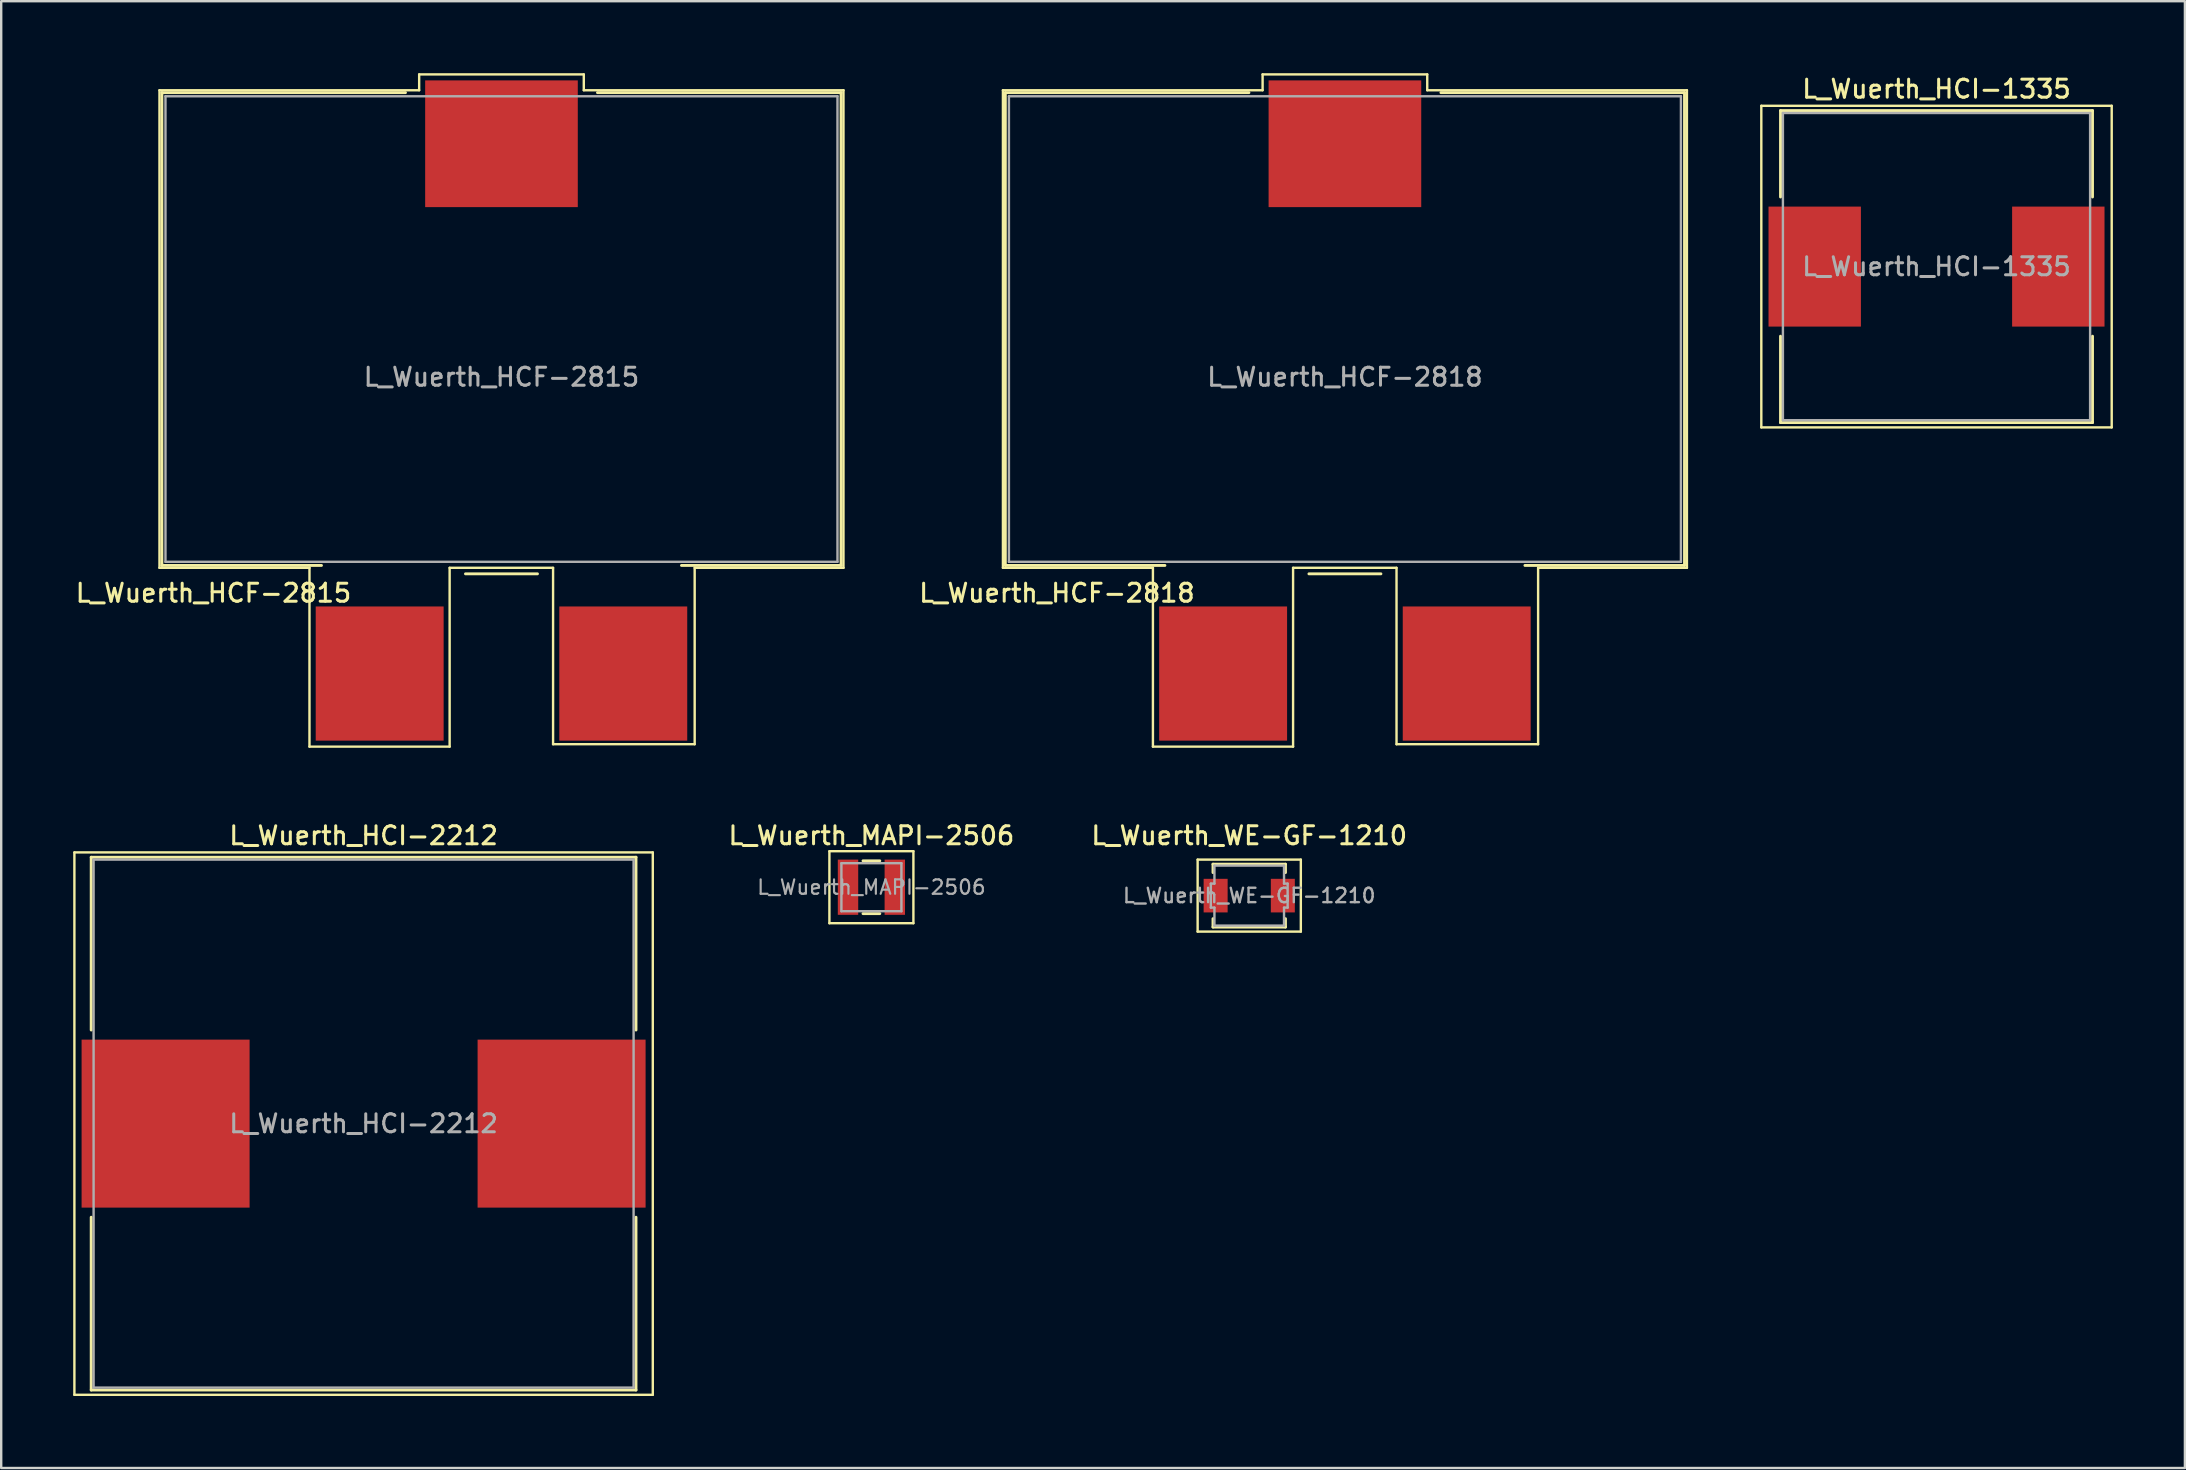
<source format=kicad_pcb>
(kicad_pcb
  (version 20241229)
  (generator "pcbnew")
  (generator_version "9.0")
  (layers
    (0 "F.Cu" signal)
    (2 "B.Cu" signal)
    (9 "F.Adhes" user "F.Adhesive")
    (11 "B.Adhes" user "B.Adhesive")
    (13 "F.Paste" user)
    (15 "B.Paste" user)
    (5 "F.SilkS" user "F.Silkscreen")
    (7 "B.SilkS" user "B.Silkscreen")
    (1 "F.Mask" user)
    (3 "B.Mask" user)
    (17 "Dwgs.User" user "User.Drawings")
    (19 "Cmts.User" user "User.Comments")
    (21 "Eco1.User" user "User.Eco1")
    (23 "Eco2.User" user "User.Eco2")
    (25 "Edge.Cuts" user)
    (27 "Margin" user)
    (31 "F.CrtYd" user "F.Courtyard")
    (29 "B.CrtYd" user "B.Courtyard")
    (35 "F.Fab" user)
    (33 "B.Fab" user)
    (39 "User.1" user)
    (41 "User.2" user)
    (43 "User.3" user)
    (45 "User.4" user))
  (footprint "L_Wuerth_HCI-2212"
    (layer "F.Cu")
    (at 12.1 43.768)
    (property "Reference" "L_Wuerth_HCI-2212" (at 0 -12 0) (layer "F.SilkS") (effects (font (size 0.75 0.75) (thickness 0.125))))
    (attr smd)
    (fp_line (start -12.05 -11.3) (end -12.05 11.3) (stroke (width 0.1) (type solid)) (layer "F.SilkS"))
    (fp_line (start -12.05 11.3) (end 12.05 11.3) (stroke (width 0.1) (type solid)) (layer "F.SilkS"))
    (fp_line (start -11.35 -11.1) (end 11.35 -11.1) (stroke (width 0.12) (type solid)) (layer "F.SilkS"))
    (fp_line (start -11.35 -3.9) (end -11.35 -11.1) (stroke (width 0.12) (type solid)) (layer "F.SilkS"))
    (fp_line (start -11.35 3.9) (end -11.35 11.1) (stroke (width 0.12) (type solid)) (layer "F.SilkS"))
    (fp_line (start -11.35 11.1) (end 11.35 11.1) (stroke (width 0.12) (type solid)) (layer "F.SilkS"))
    (fp_line (start 11.35 -11.1) (end 11.35 -3.9) (stroke (width 0.12) (type solid)) (layer "F.SilkS"))
    (fp_line (start 11.35 11.1) (end 11.35 3.9) (stroke (width 0.12) (type solid)) (layer "F.SilkS"))
    (fp_line (start 12.05 -11.3) (end -12.05 -11.3) (stroke (width 0.1) (type solid)) (layer "F.SilkS"))
    (fp_line (start 12.05 11.3) (end 12.05 -11.3) (stroke (width 0.1) (type solid)) (layer "F.SilkS"))
    (fp_line (start -11.25 -11) (end -11.25 11) (stroke (width 0.1) (type solid)) (layer "F.Fab"))
    (fp_line (start -11.25 11) (end 11.25 11) (stroke (width 0.1) (type solid)) (layer "F.Fab"))
    (fp_line (start 11.25 -11) (end -11.25 -11) (stroke (width 0.1) (type solid)) (layer "F.Fab"))
    (fp_line (start 11.25 11) (end 11.25 -11) (stroke (width 0.1) (type solid)) (layer "F.Fab"))
    (fp_text user "${REFERENCE}" (at 0 0 0) (layer "F.Fab") (effects (font (size 0.75 0.75) (thickness 0.125))))
    (pad "1" smd rect (at -8.25 0) (size 7 7) (layers "F.Cu" "F.Mask" "F.Paste"))
    (pad "2" smd rect (at 8.25 0) (size 7 7) (layers "F.Cu" "F.Mask" "F.Paste")))
  (footprint "L_Wuerth_HCI-1335"
    (layer "F.Cu")
    (at 77.639 8.058)
    (property "Reference" "L_Wuerth_HCI-1335" (at 0 -7.4 0) (layer "F.SilkS") (effects (font (size 0.75 0.75) (thickness 0.125))))
    (attr smd)
    (fp_line (start -7.3 -6.7) (end -7.3 6.7) (stroke (width 0.1) (type solid)) (layer "F.SilkS"))
    (fp_line (start -7.3 6.7) (end 7.3 6.7) (stroke (width 0.1) (type solid)) (layer "F.SilkS"))
    (fp_line (start -6.5 -6.5) (end 6.5 -6.5) (stroke (width 0.12) (type solid)) (layer "F.SilkS"))
    (fp_line (start -6.5 -2.9) (end -6.5 -6.5) (stroke (width 0.12) (type solid)) (layer "F.SilkS"))
    (fp_line (start -6.5 2.9) (end -6.5 6.5) (stroke (width 0.12) (type solid)) (layer "F.SilkS"))
    (fp_line (start -6.5 6.5) (end 6.5 6.5) (stroke (width 0.12) (type solid)) (layer "F.SilkS"))
    (fp_line (start 6.5 -6.5) (end 6.5 -2.9) (stroke (width 0.12) (type solid)) (layer "F.SilkS"))
    (fp_line (start 6.5 6.5) (end 6.5 2.9) (stroke (width 0.12) (type solid)) (layer "F.SilkS"))
    (fp_line (start 7.3 -6.7) (end -7.3 -6.7) (stroke (width 0.1) (type solid)) (layer "F.SilkS"))
    (fp_line (start 7.3 6.7) (end 7.3 -6.7) (stroke (width 0.1) (type solid)) (layer "F.SilkS"))
    (fp_line (start -6.4 -6.4) (end -6.4 6.4) (stroke (width 0.1) (type solid)) (layer "F.Fab"))
    (fp_line (start -6.4 6.4) (end 6.4 6.4) (stroke (width 0.1) (type solid)) (layer "F.Fab"))
    (fp_line (start 6.4 -6.4) (end -6.4 -6.4) (stroke (width 0.1) (type solid)) (layer "F.Fab"))
    (fp_line (start 6.4 6.4) (end 6.4 -6.4) (stroke (width 0.1) (type solid)) (layer "F.Fab"))
    (fp_text user "${REFERENCE}" (at 0 0 0) (layer "F.Fab") (effects (font (size 0.75 0.75) (thickness 0.125))))
    (pad "1" smd rect (at -5.075 0) (size 3.85 5) (layers "F.Cu" "F.Mask" "F.Paste"))
    (pad "2" smd rect (at 5.075 0) (size 3.85 5) (layers "F.Cu" "F.Mask" "F.Paste")))
  (footprint "L_Wuerth_HCF-2818"
    (layer "F.Cu")
    (at 52.989 10.66)
    (property "Reference" "L_Wuerth_HCF-2818" (at -12 11 0) (layer "F.SilkS") (effects (font (size 0.75 0.75) (thickness 0.125))))
    (attr smd)
    (fp_line (start -14.25 -9.95) (end -3.43 -9.95) (stroke (width 0.1) (type solid)) (layer "F.SilkS"))
    (fp_line (start -14.25 9.95) (end -14.25 -9.95) (stroke (width 0.1) (type solid)) (layer "F.SilkS"))
    (fp_line (start -14.15 -9.85) (end -4 -9.85) (stroke (width 0.12) (type solid)) (layer "F.SilkS"))
    (fp_line (start -14.15 9.85) (end -14.15 -9.85) (stroke (width 0.12) (type solid)) (layer "F.SilkS"))
    (fp_line (start -8 9.95) (end -14.25 9.95) (stroke (width 0.1) (type solid)) (layer "F.SilkS"))
    (fp_line (start -8 17.4) (end -8 9.95) (stroke (width 0.1) (type solid)) (layer "F.SilkS"))
    (fp_line (start -7.5 9.85) (end -14.15 9.85) (stroke (width 0.12) (type solid)) (layer "F.SilkS"))
    (fp_line (start -3.43 -10.61) (end 3.43 -10.61) (stroke (width 0.1) (type solid)) (layer "F.SilkS"))
    (fp_line (start -3.43 -9.95) (end -3.43 -10.61) (stroke (width 0.1) (type solid)) (layer "F.SilkS"))
    (fp_line (start -2.16 9.95) (end -2.16 17.4) (stroke (width 0.1) (type solid)) (layer "F.SilkS"))
    (fp_line (start -2.16 17.4) (end -8 17.4) (stroke (width 0.1) (type solid)) (layer "F.SilkS"))
    (fp_line (start 1.5 10.2) (end -1.5 10.2) (stroke (width 0.12) (type solid)) (layer "F.SilkS"))
    (fp_line (start 2.15 9.95) (end -2.16 9.95) (stroke (width 0.1) (type solid)) (layer "F.SilkS"))
    (fp_line (start 2.15 17.3) (end 2.15 9.95) (stroke (width 0.1) (type solid)) (layer "F.SilkS"))
    (fp_line (start 3.43 -10.61) (end 3.43 -9.95) (stroke (width 0.1) (type solid)) (layer "F.SilkS"))
    (fp_line (start 3.43 -9.95) (end 14.25 -9.95) (stroke (width 0.1) (type solid)) (layer "F.SilkS"))
    (fp_line (start 4 -9.85) (end 14.15 -9.85) (stroke (width 0.12) (type solid)) (layer "F.SilkS"))
    (fp_line (start 8.05 9.95) (end 8.05 17.3) (stroke (width 0.1) (type solid)) (layer "F.SilkS"))
    (fp_line (start 8.05 17.3) (end 2.15 17.3) (stroke (width 0.1) (type solid)) (layer "F.SilkS"))
    (fp_line (start 14.15 -9.85) (end 14.15 9.85) (stroke (width 0.12) (type solid)) (layer "F.SilkS"))
    (fp_line (start 14.15 9.85) (end 7.5 9.85) (stroke (width 0.12) (type solid)) (layer "F.SilkS"))
    (fp_line (start 14.25 -9.95) (end 14.25 9.95) (stroke (width 0.1) (type solid)) (layer "F.SilkS"))
    (fp_line (start 14.25 9.95) (end 8.05 9.95) (stroke (width 0.1) (type solid)) (layer "F.SilkS"))
    (fp_line (start -14 -9.7) (end 14 -9.7) (stroke (width 0.1) (type solid)) (layer "F.Fab"))
    (fp_line (start -14 9.7) (end -14 -9.7) (stroke (width 0.1) (type solid)) (layer "F.Fab"))
    (fp_line (start 14 -9.7) (end 14 9.7) (stroke (width 0.1) (type solid)) (layer "F.Fab"))
    (fp_line (start 14 9.7) (end -14 9.7) (stroke (width 0.1) (type solid)) (layer "F.Fab"))
    (fp_text user "${REFERENCE}" (at 0 2 0) (layer "F.Fab") (effects (font (size 0.75 0.75) (thickness 0.125))))
    (pad "" smd rect (at 0 -7.72) (size 6.36 5.28) (layers "F.Cu" "F.Mask" "F.Paste"))
    (pad "1" smd rect (at -5.075 14.355) (size 5.33 5.59) (layers "F.Cu" "F.Mask" "F.Paste"))
    (pad "2" smd rect (at 5.075 14.355) (size 5.33 5.59) (layers "F.Cu" "F.Mask" "F.Paste")))
  (footprint "L_Wuerth_MAPI-2506"
    (layer "F.Cu")
    (at 33.259 33.918)
    (property "Reference" "L_Wuerth_MAPI-2506" (at 0 -2.15 0) (layer "F.SilkS") (effects (font (size 0.75 0.75) (thickness 0.125))))
    (attr smd)
    (fp_line (start -1.75 -1.5) (end -1.75 1.5) (stroke (width 0.1) (type solid)) (layer "F.SilkS"))
    (fp_line (start -1.75 1.5) (end 1.75 1.5) (stroke (width 0.1) (type solid)) (layer "F.SilkS"))
    (fp_line (start -0.35 -1.1) (end 0.35 -1.1) (stroke (width 0.12) (type solid)) (layer "F.SilkS"))
    (fp_line (start -0.35 1.1) (end 0.35 1.1) (stroke (width 0.12) (type solid)) (layer "F.SilkS"))
    (fp_line (start 1.75 -1.5) (end -1.75 -1.5) (stroke (width 0.1) (type solid)) (layer "F.SilkS"))
    (fp_line (start 1.75 1.5) (end 1.75 -1.5) (stroke (width 0.1) (type solid)) (layer "F.SilkS"))
    (fp_line (start -1.25 -1) (end -1.25 1) (stroke (width 0.1) (type solid)) (layer "F.Fab"))
    (fp_line (start -1.25 1) (end 1.25 1) (stroke (width 0.1) (type solid)) (layer "F.Fab"))
    (fp_line (start 1.25 -1) (end -1.25 -1) (stroke (width 0.1) (type solid)) (layer "F.Fab"))
    (fp_line (start 1.25 1) (end 1.25 -1) (stroke (width 0.1) (type solid)) (layer "F.Fab"))
    (fp_text user "${REFERENCE}" (at 0 0 0) (layer "F.Fab") (effects (font (size 0.6 0.6) (thickness 0.09))))
    (pad "1" smd rect (at -0.975 0) (size 0.85 2.3) (layers "F.Cu" "F.Mask" "F.Paste"))
    (pad "2" smd rect (at 0.975 0) (size 0.85 2.3) (layers "F.Cu" "F.Mask" "F.Paste")))
  (footprint "L_Wuerth_HCF-2815"
    (layer "F.Cu")
    (at 17.845 10.66)
    (property "Reference" "L_Wuerth_HCF-2815" (at -12 11 0) (layer "F.SilkS") (effects (font (size 0.75 0.75) (thickness 0.125))))
    (attr smd)
    (fp_line (start -14.25 -9.95) (end -3.43 -9.95) (stroke (width 0.1) (type solid)) (layer "F.SilkS"))
    (fp_line (start -14.25 9.95) (end -14.25 -9.95) (stroke (width 0.1) (type solid)) (layer "F.SilkS"))
    (fp_line (start -14.15 -9.85) (end -4 -9.85) (stroke (width 0.12) (type solid)) (layer "F.SilkS"))
    (fp_line (start -14.15 9.85) (end -14.15 -9.85) (stroke (width 0.12) (type solid)) (layer "F.SilkS"))
    (fp_line (start -8 9.95) (end -14.25 9.95) (stroke (width 0.1) (type solid)) (layer "F.SilkS"))
    (fp_line (start -8 17.4) (end -8 9.95) (stroke (width 0.1) (type solid)) (layer "F.SilkS"))
    (fp_line (start -7.5 9.85) (end -14.15 9.85) (stroke (width 0.12) (type solid)) (layer "F.SilkS"))
    (fp_line (start -3.43 -10.61) (end 3.43 -10.61) (stroke (width 0.1) (type solid)) (layer "F.SilkS"))
    (fp_line (start -3.43 -9.95) (end -3.43 -10.61) (stroke (width 0.1) (type solid)) (layer "F.SilkS"))
    (fp_line (start -2.16 9.95) (end -2.16 17.4) (stroke (width 0.1) (type solid)) (layer "F.SilkS"))
    (fp_line (start -2.16 17.4) (end -8 17.4) (stroke (width 0.1) (type solid)) (layer "F.SilkS"))
    (fp_line (start 1.5 10.2) (end -1.5 10.2) (stroke (width 0.12) (type solid)) (layer "F.SilkS"))
    (fp_line (start 2.15 9.95) (end -2.16 9.95) (stroke (width 0.1) (type solid)) (layer "F.SilkS"))
    (fp_line (start 2.15 17.3) (end 2.15 9.95) (stroke (width 0.1) (type solid)) (layer "F.SilkS"))
    (fp_line (start 3.43 -10.61) (end 3.43 -9.95) (stroke (width 0.1) (type solid)) (layer "F.SilkS"))
    (fp_line (start 3.43 -9.95) (end 14.25 -9.95) (stroke (width 0.1) (type solid)) (layer "F.SilkS"))
    (fp_line (start 4 -9.85) (end 14.15 -9.85) (stroke (width 0.12) (type solid)) (layer "F.SilkS"))
    (fp_line (start 8.05 9.95) (end 8.05 17.3) (stroke (width 0.1) (type solid)) (layer "F.SilkS"))
    (fp_line (start 8.05 17.3) (end 2.15 17.3) (stroke (width 0.1) (type solid)) (layer "F.SilkS"))
    (fp_line (start 14.15 -9.85) (end 14.15 9.85) (stroke (width 0.12) (type solid)) (layer "F.SilkS"))
    (fp_line (start 14.15 9.85) (end 7.5 9.85) (stroke (width 0.12) (type solid)) (layer "F.SilkS"))
    (fp_line (start 14.25 -9.95) (end 14.25 9.95) (stroke (width 0.1) (type solid)) (layer "F.SilkS"))
    (fp_line (start 14.25 9.95) (end 8.05 9.95) (stroke (width 0.1) (type solid)) (layer "F.SilkS"))
    (fp_line (start -14 -9.7) (end 14 -9.7) (stroke (width 0.1) (type solid)) (layer "F.Fab"))
    (fp_line (start -14 9.7) (end -14 -9.7) (stroke (width 0.1) (type solid)) (layer "F.Fab"))
    (fp_line (start 14 -9.7) (end 14 9.7) (stroke (width 0.1) (type solid)) (layer "F.Fab"))
    (fp_line (start 14 9.7) (end -14 9.7) (stroke (width 0.1) (type solid)) (layer "F.Fab"))
    (fp_text user "${REFERENCE}" (at 0 2 0) (layer "F.Fab") (effects (font (size 0.75 0.75) (thickness 0.125))))
    (pad "" smd rect (at 0 -7.72) (size 6.36 5.28) (layers "F.Cu" "F.Mask" "F.Paste"))
    (pad "1" smd rect (at -5.075 14.355) (size 5.33 5.59) (layers "F.Cu" "F.Mask" "F.Paste"))
    (pad "2" smd rect (at 5.075 14.355) (size 5.33 5.59) (layers "F.Cu" "F.Mask" "F.Paste")))
  (footprint "L_Wuerth_WE-GF-1210"
    (layer "F.Cu")
    (at 49.002 34.268)
    (property "Reference" "L_Wuerth_WE-GF-1210" (at 0 -2.5 0) (layer "F.SilkS") (effects (font (size 0.75 0.75) (thickness 0.125))))
    (attr smd)
    (fp_line (start -2.15 -1.5) (end -2.15 1.5) (stroke (width 0.1) (type solid)) (layer "F.SilkS"))
    (fp_line (start -2.15 -1.5) (end 2.15 -1.5) (stroke (width 0.1) (type solid)) (layer "F.SilkS"))
    (fp_line (start -2.15 1.5) (end 2.15 1.5) (stroke (width 0.1) (type solid)) (layer "F.SilkS"))
    (fp_line (start -1.51 -1.31) (end -1.51 -0.96) (stroke (width 0.12) (type solid)) (layer "F.SilkS"))
    (fp_line (start -1.51 -1.31) (end 1.51 -1.31) (stroke (width 0.12) (type solid)) (layer "F.SilkS"))
    (fp_line (start -1.51 0.96) (end -1.51 1.31) (stroke (width 0.12) (type solid)) (layer "F.SilkS"))
    (fp_line (start -1.51 1.31) (end 1.51 1.31) (stroke (width 0.12) (type solid)) (layer "F.SilkS"))
    (fp_line (start 1.51 -1.31) (end 1.51 -0.96) (stroke (width 0.12) (type solid)) (layer "F.SilkS"))
    (fp_line (start 1.51 0.96) (end 1.51 1.31) (stroke (width 0.12) (type solid)) (layer "F.SilkS"))
    (fp_line (start 2.15 -1.5) (end 2.15 1.5) (stroke (width 0.1) (type solid)) (layer "F.SilkS"))
    (fp_line (start -1.6 -0.5) (end -1.6 0.5) (stroke (width 0.1) (type solid)) (layer "F.Fab"))
    (fp_line (start -1.6 -0.5) (end -1.45 -0.5) (stroke (width 0.1) (type solid)) (layer "F.Fab"))
    (fp_line (start -1.45 -1.25) (end -1.45 -0.5) (stroke (width 0.1) (type solid)) (layer "F.Fab"))
    (fp_line (start -1.45 -1.25) (end 1.45 -1.25) (stroke (width 0.1) (type solid)) (layer "F.Fab"))
    (fp_line (start -1.45 0.5) (end -1.6 0.5) (stroke (width 0.1) (type solid)) (layer "F.Fab"))
    (fp_line (start -1.45 0.5) (end -1.45 1.25) (stroke (width 0.1) (type solid)) (layer "F.Fab"))
    (fp_line (start -1.45 1.25) (end 1.45 1.25) (stroke (width 0.1) (type solid)) (layer "F.Fab"))
    (fp_line (start 1.45 -1.25) (end 1.45 -0.5) (stroke (width 0.1) (type solid)) (layer "F.Fab"))
    (fp_line (start 1.45 -0.5) (end 1.6 -0.5) (stroke (width 0.1) (type solid)) (layer "F.Fab"))
    (fp_line (start 1.45 0.5) (end 1.45 1.25) (stroke (width 0.1) (type solid)) (layer "F.Fab"))
    (fp_line (start 1.6 -0.5) (end 1.6 0.5) (stroke (width 0.1) (type solid)) (layer "F.Fab"))
    (fp_line (start 1.6 0.5) (end 1.45 0.5) (stroke (width 0.1) (type solid)) (layer "F.Fab"))
    (fp_text user "${REFERENCE}" (at 0 0 0) (layer "F.Fab") (effects (font (size 0.6 0.6) (thickness 0.1))))
    (pad "1" smd rect (at -1.4 0) (size 1 1.4) (layers "F.Cu" "F.Mask" "F.Paste"))
    (pad "2" smd rect (at 1.4 0) (size 1 1.4) (layers "F.Cu" "F.Mask" "F.Paste")))
  (gr_rect
    (start -3 -3)
    (end 87.989 58.118)
    (stroke (width 0.1) (type default))
    (fill no)
    (layer "Edge.Cuts")))
</source>
